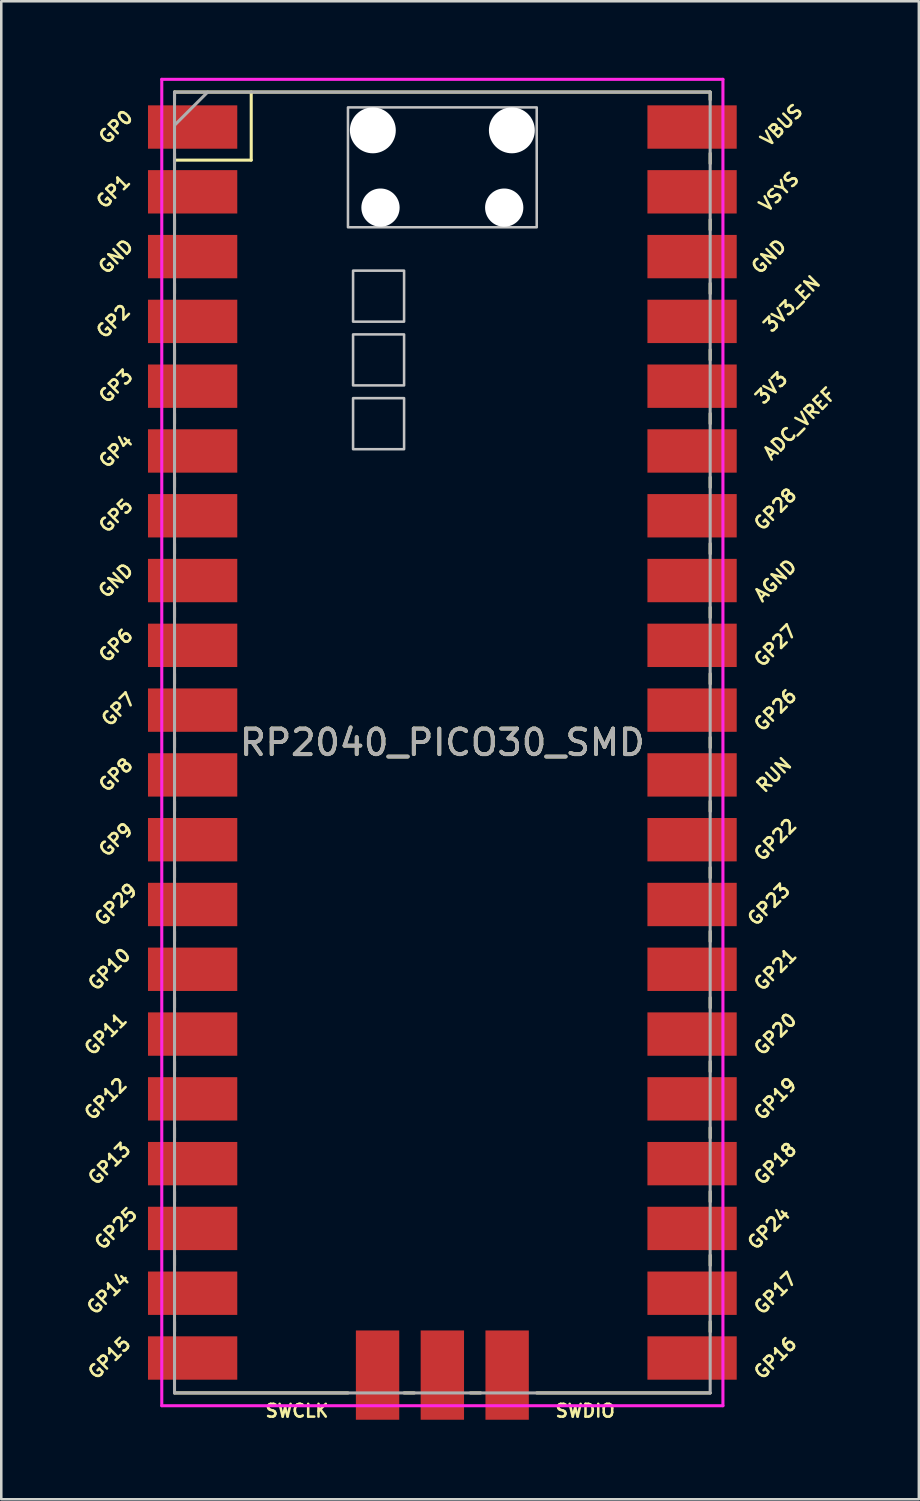
<source format=kicad_pcb>
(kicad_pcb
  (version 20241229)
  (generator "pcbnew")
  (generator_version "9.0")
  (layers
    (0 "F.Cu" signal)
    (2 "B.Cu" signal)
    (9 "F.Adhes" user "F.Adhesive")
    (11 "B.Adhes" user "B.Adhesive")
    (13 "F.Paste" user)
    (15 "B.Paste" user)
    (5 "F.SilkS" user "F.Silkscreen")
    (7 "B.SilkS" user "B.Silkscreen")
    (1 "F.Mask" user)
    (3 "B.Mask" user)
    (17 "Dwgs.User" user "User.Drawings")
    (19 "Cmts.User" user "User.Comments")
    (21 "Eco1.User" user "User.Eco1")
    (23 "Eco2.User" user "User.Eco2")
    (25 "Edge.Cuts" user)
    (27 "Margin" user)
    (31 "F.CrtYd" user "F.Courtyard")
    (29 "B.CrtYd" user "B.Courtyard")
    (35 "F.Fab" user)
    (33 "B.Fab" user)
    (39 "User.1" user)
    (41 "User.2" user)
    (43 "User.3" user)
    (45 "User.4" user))
  (footprint "RP2040_PICO30_SMD"
    (layer "F.Cu")
    (at 14.292 26.06)
    (property "Reference" "RP2040_PICO30_SMD" (at 0 0 0) (layer "F.SilkS") (effects (font (size 1 1) (thickness 0.15))))
    (attr through_hole)
    (fp_line (start -10.5 -25.5) (end -10.5 -25.2) (stroke (width 0.12) (type solid)) (layer "F.SilkS"))
    (fp_line (start -10.5 -25.5) (end 10.5 -25.5) (stroke (width 0.12) (type solid)) (layer "F.SilkS"))
    (fp_line (start -10.5 -23.1) (end -10.5 -22.7) (stroke (width 0.12) (type solid)) (layer "F.SilkS"))
    (fp_line (start -10.5 -22.833) (end -7.493 -22.833) (stroke (width 0.12) (type solid)) (layer "F.SilkS"))
    (fp_line (start -10.5 -20.5) (end -10.5 -20.1) (stroke (width 0.12) (type solid)) (layer "F.SilkS"))
    (fp_line (start -10.5 -18) (end -10.5 -17.6) (stroke (width 0.12) (type solid)) (layer "F.SilkS"))
    (fp_line (start -10.5 -15.4) (end -10.5 -15) (stroke (width 0.12) (type solid)) (layer "F.SilkS"))
    (fp_line (start -10.5 -12.9) (end -10.5 -12.5) (stroke (width 0.12) (type solid)) (layer "F.SilkS"))
    (fp_line (start -10.5 -10.4) (end -10.5 -10) (stroke (width 0.12) (type solid)) (layer "F.SilkS"))
    (fp_line (start -10.5 -7.8) (end -10.5 -7.4) (stroke (width 0.12) (type solid)) (layer "F.SilkS"))
    (fp_line (start -10.5 -5.3) (end -10.5 -4.9) (stroke (width 0.12) (type solid)) (layer "F.SilkS"))
    (fp_line (start -10.5 -2.7) (end -10.5 -2.3) (stroke (width 0.12) (type solid)) (layer "F.SilkS"))
    (fp_line (start -10.5 -0.2) (end -10.5 0.2) (stroke (width 0.12) (type solid)) (layer "F.SilkS"))
    (fp_line (start -10.5 2.3) (end -10.5 2.7) (stroke (width 0.12) (type solid)) (layer "F.SilkS"))
    (fp_line (start -10.5 4.9) (end -10.5 5.3) (stroke (width 0.12) (type solid)) (layer "F.SilkS"))
    (fp_line (start -10.5 7.4) (end -10.5 7.8) (stroke (width 0.12) (type solid)) (layer "F.SilkS"))
    (fp_line (start -10.5 10) (end -10.5 10.4) (stroke (width 0.12) (type solid)) (layer "F.SilkS"))
    (fp_line (start -10.5 12.5) (end -10.5 12.9) (stroke (width 0.12) (type solid)) (layer "F.SilkS"))
    (fp_line (start -10.5 15.1) (end -10.5 15.5) (stroke (width 0.12) (type solid)) (layer "F.SilkS"))
    (fp_line (start -10.5 17.6) (end -10.5 18) (stroke (width 0.12) (type solid)) (layer "F.SilkS"))
    (fp_line (start -10.5 20.1) (end -10.5 20.5) (stroke (width 0.12) (type solid)) (layer "F.SilkS"))
    (fp_line (start -10.5 22.7) (end -10.5 23.1) (stroke (width 0.12) (type solid)) (layer "F.SilkS"))
    (fp_line (start -7.493 -22.833) (end -7.493 -25.5) (stroke (width 0.12) (type solid)) (layer "F.SilkS"))
    (fp_line (start -3.7 25.5) (end -10.5 25.5) (stroke (width 0.12) (type solid)) (layer "F.SilkS"))
    (fp_line (start -1.5 25.5) (end -1.1 25.5) (stroke (width 0.12) (type solid)) (layer "F.SilkS"))
    (fp_line (start 1.1 25.5) (end 1.5 25.5) (stroke (width 0.12) (type solid)) (layer "F.SilkS"))
    (fp_line (start 10.5 -25.5) (end 10.5 -25.2) (stroke (width 0.12) (type solid)) (layer "F.SilkS"))
    (fp_line (start 10.5 -23.1) (end 10.5 -22.7) (stroke (width 0.12) (type solid)) (layer "F.SilkS"))
    (fp_line (start 10.5 -20.5) (end 10.5 -20.1) (stroke (width 0.12) (type solid)) (layer "F.SilkS"))
    (fp_line (start 10.5 -18) (end 10.5 -17.6) (stroke (width 0.12) (type solid)) (layer "F.SilkS"))
    (fp_line (start 10.5 -15.4) (end 10.5 -15) (stroke (width 0.12) (type solid)) (layer "F.SilkS"))
    (fp_line (start 10.5 -12.9) (end 10.5 -12.5) (stroke (width 0.12) (type solid)) (layer "F.SilkS"))
    (fp_line (start 10.5 -10.4) (end 10.5 -10) (stroke (width 0.12) (type solid)) (layer "F.SilkS"))
    (fp_line (start 10.5 -7.8) (end 10.5 -7.4) (stroke (width 0.12) (type solid)) (layer "F.SilkS"))
    (fp_line (start 10.5 -5.3) (end 10.5 -4.9) (stroke (width 0.12) (type solid)) (layer "F.SilkS"))
    (fp_line (start 10.5 -2.7) (end 10.5 -2.3) (stroke (width 0.12) (type solid)) (layer "F.SilkS"))
    (fp_line (start 10.5 -0.2) (end 10.5 0.2) (stroke (width 0.12) (type solid)) (layer "F.SilkS"))
    (fp_line (start 10.5 2.3) (end 10.5 2.7) (stroke (width 0.12) (type solid)) (layer "F.SilkS"))
    (fp_line (start 10.5 4.9) (end 10.5 5.3) (stroke (width 0.12) (type solid)) (layer "F.SilkS"))
    (fp_line (start 10.5 7.4) (end 10.5 7.8) (stroke (width 0.12) (type solid)) (layer "F.SilkS"))
    (fp_line (start 10.5 10) (end 10.5 10.4) (stroke (width 0.12) (type solid)) (layer "F.SilkS"))
    (fp_line (start 10.5 12.5) (end 10.5 12.9) (stroke (width 0.12) (type solid)) (layer "F.SilkS"))
    (fp_line (start 10.5 15.1) (end 10.5 15.5) (stroke (width 0.12) (type solid)) (layer "F.SilkS"))
    (fp_line (start 10.5 17.6) (end 10.5 18) (stroke (width 0.12) (type solid)) (layer "F.SilkS"))
    (fp_line (start 10.5 20.1) (end 10.5 20.5) (stroke (width 0.12) (type solid)) (layer "F.SilkS"))
    (fp_line (start 10.5 22.7) (end 10.5 23.1) (stroke (width 0.12) (type solid)) (layer "F.SilkS"))
    (fp_line (start 10.5 25.5) (end 3.7 25.5) (stroke (width 0.12) (type solid)) (layer "F.SilkS"))
    (fp_poly (pts (xy -1.5 -16.5) (xy -3.5 -16.5) (xy -3.5 -18.5) (xy -1.5 -18.5)) (stroke (width 0.1) (type solid)) (fill no) (layer "Dwgs.User"))
    (fp_poly (pts (xy -1.5 -14) (xy -3.5 -14) (xy -3.5 -16) (xy -1.5 -16)) (stroke (width 0.1) (type solid)) (fill no) (layer "Dwgs.User"))
    (fp_poly (pts (xy -1.5 -11.5) (xy -3.5 -11.5) (xy -3.5 -13.5) (xy -1.5 -13.5)) (stroke (width 0.1) (type solid)) (fill no) (layer "Dwgs.User"))
    (fp_poly (pts (xy 3.7 -20.2) (xy -3.7 -20.2) (xy -3.7 -24.9) (xy 3.7 -24.9)) (stroke (width 0.1) (type solid)) (fill no) (layer "Dwgs.User"))
    (fp_line (start -11 -26) (end 11 -26) (stroke (width 0.12) (type solid)) (layer "F.CrtYd"))
    (fp_line (start -11 26) (end -11 -26) (stroke (width 0.12) (type solid)) (layer "F.CrtYd"))
    (fp_line (start 11 -26) (end 11 26) (stroke (width 0.12) (type solid)) (layer "F.CrtYd"))
    (fp_line (start 11 26) (end -11 26) (stroke (width 0.12) (type solid)) (layer "F.CrtYd"))
    (fp_line (start -10.5 -25.5) (end 10.5 -25.5) (stroke (width 0.12) (type solid)) (layer "F.Fab"))
    (fp_line (start -10.5 -24.2) (end -9.2 -25.5) (stroke (width 0.12) (type solid)) (layer "F.Fab"))
    (fp_line (start -10.5 25.5) (end -10.5 -25.5) (stroke (width 0.12) (type solid)) (layer "F.Fab"))
    (fp_line (start 10.5 -25.5) (end 10.5 25.5) (stroke (width 0.12) (type solid)) (layer "F.Fab"))
    (fp_line (start 10.5 25.5) (end -10.5 25.5) (stroke (width 0.12) (type solid)) (layer "F.Fab"))
    (fp_text user "GP20" (at 13.054 11.43 45) (layer "F.SilkS") (effects (font (size 0.5 0.5) (thickness 0.1))))
    (fp_text user "GP7" (at -12.7 -1.3 45) (layer "F.SilkS") (effects (font (size 0.5 0.5) (thickness 0.1))))
    (fp_text user "GP15" (at -13.054 24.13 45) (layer "F.SilkS") (effects (font (size 0.5 0.5) (thickness 0.1))))
    (fp_text user "GP2" (at -12.9 -16.51 45) (layer "F.SilkS") (effects (font (size 0.5 0.5) (thickness 0.1))))
    (fp_text user "GP6" (at -12.8 -3.81 45) (layer "F.SilkS") (effects (font (size 0.5 0.5) (thickness 0.1))))
    (fp_text user "ADC_VREF" (at 14 -12.5 45) (layer "F.SilkS") (effects (font (size 0.5 0.5) (thickness 0.1))))
    (fp_text user "GP9" (at -12.8 3.81 45) (layer "F.SilkS") (effects (font (size 0.5 0.5) (thickness 0.1))))
    (fp_text user "GP1" (at -12.9 -21.6 45) (layer "F.SilkS") (effects (font (size 0.5 0.5) (thickness 0.1))))
    (fp_text user "GP23" (at 12.8 6.35 45) (layer "F.SilkS") (effects (font (size 0.5 0.5) (thickness 0.1))))
    (fp_text user "GP11" (at -13.2 11.43 45) (layer "F.SilkS") (effects (font (size 0.5 0.5) (thickness 0.1))))
    (fp_text user "GP12" (at -13.2 13.97 45) (layer "F.SilkS") (effects (font (size 0.5 0.5) (thickness 0.1))))
    (fp_text user "GP27" (at 13.054 -3.8 45) (layer "F.SilkS") (effects (font (size 0.5 0.5) (thickness 0.1))))
    (fp_text user "GND" (at -12.8 -19.05 45) (layer "F.SilkS") (effects (font (size 0.5 0.5) (thickness 0.1))))
    (fp_text user "GP5" (at -12.8 -8.89 45) (layer "F.SilkS") (effects (font (size 0.5 0.5) (thickness 0.1))))
    (fp_text user "GP29" (at -12.8 6.35 45) (layer "F.SilkS") (effects (font (size 0.5 0.5) (thickness 0.1))))
    (fp_text user "3V3" (at 12.9 -13.9 45) (layer "F.SilkS") (effects (font (size 0.5 0.5) (thickness 0.1))))
    (fp_text user "AGND" (at 13.054 -6.35 45) (layer "F.SilkS") (effects (font (size 0.5 0.5) (thickness 0.1))))
    (fp_text user "GP19" (at 13.054 13.97 45) (layer "F.SilkS") (effects (font (size 0.5 0.5) (thickness 0.1))))
    (fp_text user "GP25" (at -12.8 19.05 45) (layer "F.SilkS") (effects (font (size 0.5 0.5) (thickness 0.1))))
    (fp_text user "GP28" (at 13.054 -9.144 45) (layer "F.SilkS") (effects (font (size 0.5 0.5) (thickness 0.1))))
    (fp_text user "3V3_EN" (at 13.7 -17.2 45) (layer "F.SilkS") (effects (font (size 0.5 0.5) (thickness 0.1))))
    (fp_text user "GP21" (at 13.054 8.9 45) (layer "F.SilkS") (effects (font (size 0.5 0.5) (thickness 0.1))))
    (fp_text user "RUN" (at 13 1.27 45) (layer "F.SilkS") (effects (font (size 0.5 0.5) (thickness 0.1))))
    (fp_text user "GND" (at -12.8 -6.35 45) (layer "F.SilkS") (effects (font (size 0.5 0.5) (thickness 0.1))))
    (fp_text user "GP3" (at -12.8 -13.97 45) (layer "F.SilkS") (effects (font (size 0.5 0.5) (thickness 0.1))))
    (fp_text user "GP22" (at 13.054 3.81 45) (layer "F.SilkS") (effects (font (size 0.5 0.5) (thickness 0.1))))
    (fp_text user "VSYS" (at 13.2 -21.59 45) (layer "F.SilkS") (effects (font (size 0.5 0.5) (thickness 0.1))))
    (fp_text user "GP13" (at -13.054 16.51 45) (layer "F.SilkS") (effects (font (size 0.5 0.5) (thickness 0.1))))
    (fp_text user "GP18" (at 13.054 16.51 45) (layer "F.SilkS") (effects (font (size 0.5 0.5) (thickness 0.1))))
    (fp_text user "GND" (at 12.8 -19.05 45) (layer "F.SilkS") (effects (font (size 0.5 0.5) (thickness 0.1))))
    (fp_text user "GP17" (at 13.054 21.59 45) (layer "F.SilkS") (effects (font (size 0.5 0.5) (thickness 0.1))))
    (fp_text user "GP16" (at 13.054 24.13 45) (layer "F.SilkS") (effects (font (size 0.5 0.5) (thickness 0.1))))
    (fp_text user "GP8" (at -12.8 1.27 45) (layer "F.SilkS") (effects (font (size 0.5 0.5) (thickness 0.1))))
    (fp_text user "GP4" (at -12.8 -11.43 45) (layer "F.SilkS") (effects (font (size 0.5 0.5) (thickness 0.1))))
    (fp_text user "SWCLK" (at -5.7 26.2 0) (layer "F.SilkS") (effects (font (size 0.5 0.5) (thickness 0.1))))
    (fp_text user "GP26" (at 13.054 -1.27 45) (layer "F.SilkS") (effects (font (size 0.5 0.5) (thickness 0.1))))
    (fp_text user "GP0" (at -12.8 -24.13 45) (layer "F.SilkS") (effects (font (size 0.5 0.5) (thickness 0.1))))
    (fp_text user "GP14" (at -13.1 21.59 45) (layer "F.SilkS") (effects (font (size 0.5 0.5) (thickness 0.1))))
    (fp_text user "GP24" (at 12.8 19.05 45) (layer "F.SilkS") (effects (font (size 0.5 0.5) (thickness 0.1))))
    (fp_text user "VBUS" (at 13.3 -24.2 45) (layer "F.SilkS") (effects (font (size 0.5 0.5) (thickness 0.1))))
    (fp_text user "SWDIO" (at 5.6 26.2 0) (layer "F.SilkS") (effects (font (size 0.5 0.5) (thickness 0.1))))
    (fp_text user "GP10" (at -13.054 8.89 45) (layer "F.SilkS") (effects (font (size 0.5 0.5) (thickness 0.1))))
    (fp_text user "${REFERENCE}" (at 0 0 180) (layer "F.Fab") (effects (font (size 1 1) (thickness 0.15))))
    (pad "" np_thru_hole oval (at -2.725 -24) (size 1.8 1.8) (drill 1.8) (layers "*.Cu" "*.Mask"))
    (pad "" np_thru_hole oval (at -2.425 -20.97) (size 1.5 1.5) (drill 1.5) (layers "*.Cu" "*.Mask"))
    (pad "" np_thru_hole oval (at 2.425 -20.97) (size 1.5 1.5) (drill 1.5) (layers "*.Cu" "*.Mask"))
    (pad "" np_thru_hole oval (at 2.725 -24) (size 1.8 1.8) (drill 1.8) (layers "*.Cu" "*.Mask"))
    (pad "1" smd rect (at -8.89 -24.13) (size 3.5 1.7) (drill (offset -0.9 0)) (layers "F.Cu" "F.Mask"))
    (pad "2" smd rect (at -8.89 -21.59) (size 3.5 1.7) (drill (offset -0.9 0)) (layers "F.Cu" "F.Mask"))
    (pad "3" smd rect (at -8.89 -19.05) (size 3.5 1.7) (drill (offset -0.9 0)) (layers "F.Cu" "F.Mask"))
    (pad "4" smd rect (at -8.89 -16.51) (size 3.5 1.7) (drill (offset -0.9 0)) (layers "F.Cu" "F.Mask"))
    (pad "5" smd rect (at -8.89 -13.97) (size 3.5 1.7) (drill (offset -0.9 0)) (layers "F.Cu" "F.Mask"))
    (pad "6" smd rect (at -8.89 -11.43) (size 3.5 1.7) (drill (offset -0.9 0)) (layers "F.Cu" "F.Mask"))
    (pad "7" smd rect (at -8.89 -8.89) (size 3.5 1.7) (drill (offset -0.9 0)) (layers "F.Cu" "F.Mask"))
    (pad "8" smd rect (at -8.89 -6.35) (size 3.5 1.7) (drill (offset -0.9 0)) (layers "F.Cu" "F.Mask"))
    (pad "9" smd rect (at -8.89 -3.81) (size 3.5 1.7) (drill (offset -0.9 0)) (layers "F.Cu" "F.Mask"))
    (pad "10" smd rect (at -8.89 -1.27) (size 3.5 1.7) (drill (offset -0.9 0)) (layers "F.Cu" "F.Mask"))
    (pad "11" smd rect (at -8.89 1.27) (size 3.5 1.7) (drill (offset -0.9 0)) (layers "F.Cu" "F.Mask"))
    (pad "12" smd rect (at -8.89 3.81) (size 3.5 1.7) (drill (offset -0.9 0)) (layers "F.Cu" "F.Mask"))
    (pad "13" smd rect (at -8.89 6.35) (size 3.5 1.7) (drill (offset -0.9 0)) (layers "F.Cu" "F.Mask"))
    (pad "14" smd rect (at -8.89 8.89) (size 3.5 1.7) (drill (offset -0.9 0)) (layers "F.Cu" "F.Mask"))
    (pad "15" smd rect (at -8.89 11.43) (size 3.5 1.7) (drill (offset -0.9 0)) (layers "F.Cu" "F.Mask"))
    (pad "16" smd rect (at -8.89 13.97) (size 3.5 1.7) (drill (offset -0.9 0)) (layers "F.Cu" "F.Mask"))
    (pad "17" smd rect (at -8.89 16.51) (size 3.5 1.7) (drill (offset -0.9 0)) (layers "F.Cu" "F.Mask"))
    (pad "18" smd rect (at -8.89 19.05) (size 3.5 1.7) (drill (offset -0.9 0)) (layers "F.Cu" "F.Mask"))
    (pad "19" smd rect (at -8.89 21.59) (size 3.5 1.7) (drill (offset -0.9 0)) (layers "F.Cu" "F.Mask"))
    (pad "20" smd rect (at -8.89 24.13) (size 3.5 1.7) (drill (offset -0.9 0)) (layers "F.Cu" "F.Mask"))
    (pad "21" smd rect (at 8.89 24.13) (size 3.5 1.7) (drill (offset 0.9 0)) (layers "F.Cu" "F.Mask"))
    (pad "22" smd rect (at 8.89 21.59) (size 3.5 1.7) (drill (offset 0.9 0)) (layers "F.Cu" "F.Mask"))
    (pad "23" smd rect (at 8.89 19.05) (size 3.5 1.7) (drill (offset 0.9 0)) (layers "F.Cu" "F.Mask"))
    (pad "24" smd rect (at 8.89 16.51) (size 3.5 1.7) (drill (offset 0.9 0)) (layers "F.Cu" "F.Mask"))
    (pad "25" smd rect (at 8.89 13.97) (size 3.5 1.7) (drill (offset 0.9 0)) (layers "F.Cu" "F.Mask"))
    (pad "26" smd rect (at 8.89 11.43) (size 3.5 1.7) (drill (offset 0.9 0)) (layers "F.Cu" "F.Mask"))
    (pad "27" smd rect (at 8.89 8.89) (size 3.5 1.7) (drill (offset 0.9 0)) (layers "F.Cu" "F.Mask"))
    (pad "28" smd rect (at 8.89 6.35) (size 3.5 1.7) (drill (offset 0.9 0)) (layers "F.Cu" "F.Mask"))
    (pad "29" smd rect (at 8.89 3.81) (size 3.5 1.7) (drill (offset 0.9 0)) (layers "F.Cu" "F.Mask"))
    (pad "30" smd rect (at 8.89 1.27) (size 3.5 1.7) (drill (offset 0.9 0)) (layers "F.Cu" "F.Mask"))
    (pad "31" smd rect (at 8.89 -1.27) (size 3.5 1.7) (drill (offset 0.9 0)) (layers "F.Cu" "F.Mask"))
    (pad "32" smd rect (at 8.89 -3.81) (size 3.5 1.7) (drill (offset 0.9 0)) (layers "F.Cu" "F.Mask"))
    (pad "33" smd rect (at 8.89 -6.35) (size 3.5 1.7) (drill (offset 0.9 0)) (layers "F.Cu" "F.Mask"))
    (pad "34" smd rect (at 8.89 -8.89) (size 3.5 1.7) (drill (offset 0.9 0)) (layers "F.Cu" "F.Mask"))
    (pad "35" smd rect (at 8.89 -11.43) (size 3.5 1.7) (drill (offset 0.9 0)) (layers "F.Cu" "F.Mask"))
    (pad "36" smd rect (at 8.89 -13.97) (size 3.5 1.7) (drill (offset 0.9 0)) (layers "F.Cu" "F.Mask"))
    (pad "37" smd rect (at 8.89 -16.51) (size 3.5 1.7) (drill (offset 0.9 0)) (layers "F.Cu" "F.Mask"))
    (pad "38" smd rect (at 8.89 -19.05) (size 3.5 1.7) (drill (offset 0.9 0)) (layers "F.Cu" "F.Mask"))
    (pad "39" smd rect (at 8.89 -21.59) (size 3.5 1.7) (drill (offset 0.9 0)) (layers "F.Cu" "F.Mask"))
    (pad "40" smd rect (at 8.89 -24.13) (size 3.5 1.7) (drill (offset 0.9 0)) (layers "F.Cu" "F.Mask"))
    (pad "41" smd rect (at -2.54 23.9 90) (size 3.5 1.7) (drill (offset -0.9 0)) (layers "F.Cu" "F.Mask"))
    (pad "42" smd rect (at 0 23.9 90) (size 3.5 1.7) (drill (offset -0.9 0)) (layers "F.Cu" "F.Mask"))
    (pad "43" smd rect (at 2.54 23.9 90) (size 3.5 1.7) (drill (offset -0.9 0)) (layers "F.Cu" "F.Mask")))
  (gr_rect
    (start -3 -3)
    (end 32.973 55.728)
    (stroke (width 0.1) (type default))
    (fill no)
    (layer "Edge.Cuts")))
</source>
